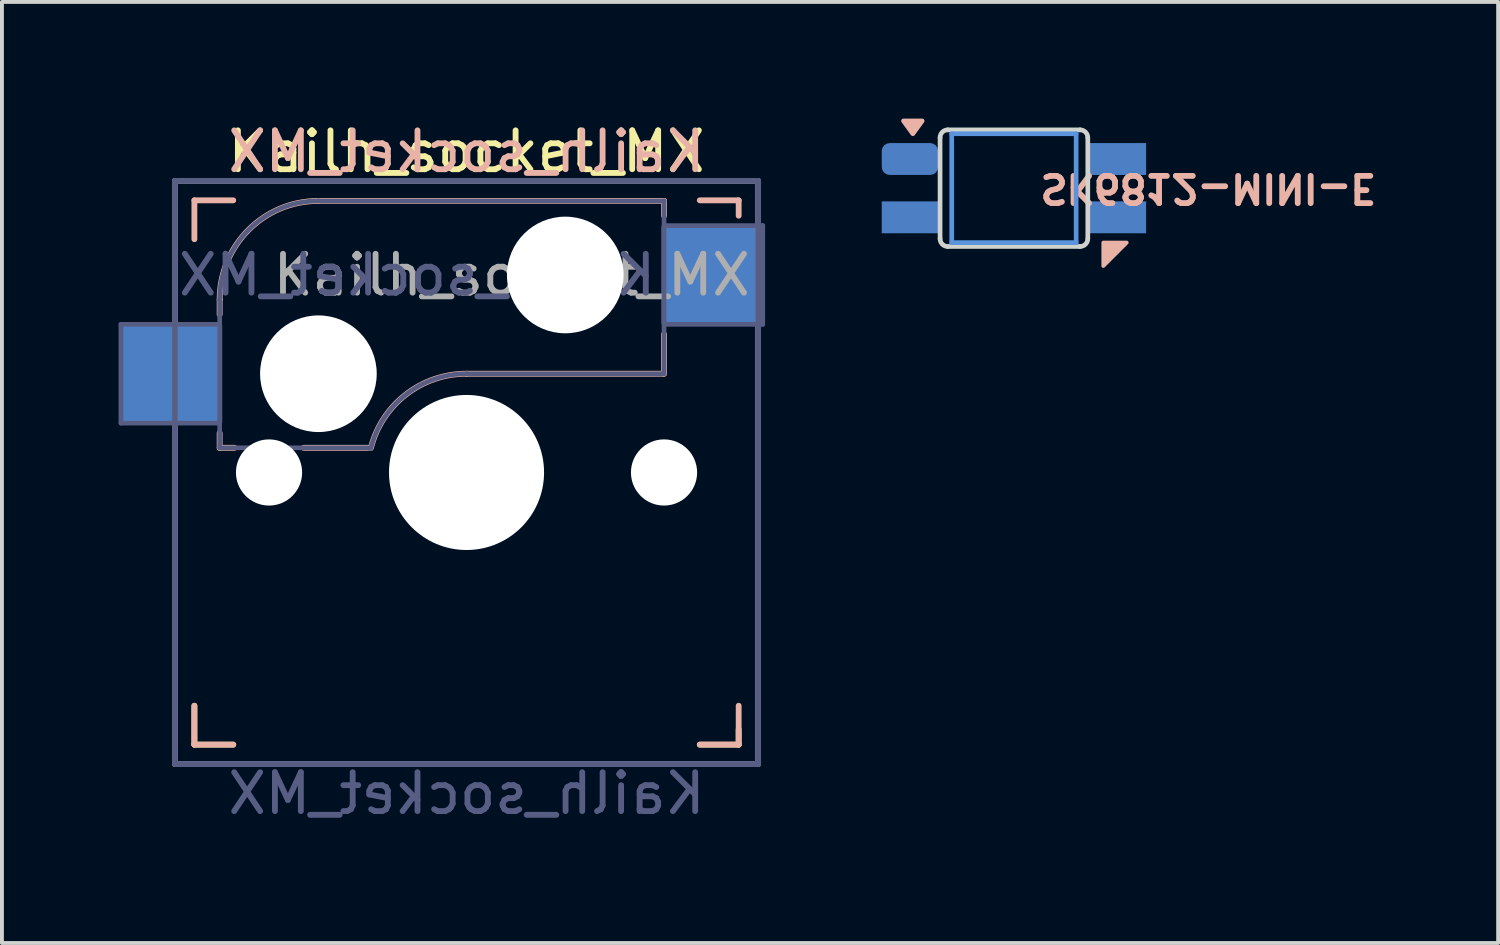
<source format=kicad_pcb>
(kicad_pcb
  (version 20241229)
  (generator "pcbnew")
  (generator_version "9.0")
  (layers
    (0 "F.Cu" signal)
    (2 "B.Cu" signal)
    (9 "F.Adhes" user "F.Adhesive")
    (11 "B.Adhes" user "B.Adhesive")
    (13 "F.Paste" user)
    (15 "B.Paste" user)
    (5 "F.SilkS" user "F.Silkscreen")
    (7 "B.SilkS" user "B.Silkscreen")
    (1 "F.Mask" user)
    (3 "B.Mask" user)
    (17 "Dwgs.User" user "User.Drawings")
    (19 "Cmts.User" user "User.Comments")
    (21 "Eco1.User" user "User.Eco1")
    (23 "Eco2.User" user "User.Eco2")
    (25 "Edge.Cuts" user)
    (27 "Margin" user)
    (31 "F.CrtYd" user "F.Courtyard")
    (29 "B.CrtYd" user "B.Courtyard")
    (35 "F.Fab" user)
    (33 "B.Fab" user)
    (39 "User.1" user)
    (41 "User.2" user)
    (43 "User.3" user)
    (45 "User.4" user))
  (footprint "SK6812-MINI-E"
    (layer "F.Cu")
    (at 23.03 1.79)
    (property "Reference" "SK6812-MINI-E" (at 5 0 180) (unlocked yes) (layer "B.SilkS") (effects (font (size 0.7 0.7) (thickness 0.15)) (justify mirror)))
    (attr smd)
    (fp_poly (pts (xy 2.9 1.4) (xy 2.3 1.4) (xy 2.3 2)) (stroke (width 0.1) (type solid)) (fill yes) (layer "B.SilkS"))
    (fp_poly (pts (xy -2.6 -1.4) (xy -2.36 -1.73) (xy -2.84 -1.73) (xy -2.6 -1.4)) (stroke (width 0.12) (type solid)) (fill yes) (layer "B.SilkS"))
    (fp_line (start -1.6 -1.4) (end 1.6 -1.4) (stroke (width 0.12) (type solid)) (layer "Cmts.User"))
    (fp_line (start -1.6 1.4) (end -1.6 -1.4) (stroke (width 0.12) (type solid)) (layer "Cmts.User"))
    (fp_line (start 1.6 -1.4) (end 1.6 1.4) (stroke (width 0.12) (type solid)) (layer "Cmts.User"))
    (fp_line (start 1.6 1.4) (end -1.6 1.4) (stroke (width 0.12) (type solid)) (layer "Cmts.User"))
    (fp_line (start -1.9 1.3) (end -1.9 -1.3) (stroke (width 0.12) (type solid)) (layer "Edge.Cuts"))
    (fp_line (start -1.7 -1.5) (end 1.7 -1.5) (stroke (width 0.12) (type solid)) (layer "Edge.Cuts"))
    (fp_line (start 1.7 1.5) (end -1.7 1.5) (stroke (width 0.12) (type solid)) (layer "Edge.Cuts"))
    (fp_line (start 1.9 -1.3) (end 1.9 1.3) (stroke (width 0.12) (type solid)) (layer "Edge.Cuts"))
    (fp_arc (start -1.9 -1.3) (mid -1.841421 -1.441421) (end -1.7 -1.5) (stroke (width 0.12) (type solid)) (layer "Edge.Cuts"))
    (fp_arc (start -1.7 1.5) (mid -1.841421 1.441421) (end -1.9 1.3) (stroke (width 0.12) (type solid)) (layer "Edge.Cuts"))
    (fp_arc (start 1.7 -1.5) (mid 1.841421 -1.441421) (end 1.9 -1.3) (stroke (width 0.12) (type solid)) (layer "Edge.Cuts"))
    (fp_arc (start 1.9 1.3) (mid 1.841421 1.441421) (end 1.7 1.5) (stroke (width 0.12) (type solid)) (layer "Edge.Cuts"))
    (pad "1" smd rect (at -2.675 0.75) (size 1.45 0.82) (layers "B.Cu" "B.Mask" "B.Paste"))
    (pad "2" smd rect (at 2.675 0.75) (size 1.45 0.82) (layers "B.Cu" "B.Mask" "B.Paste"))
    (pad "3" smd rect (at 2.675 -0.75) (size 1.45 0.82) (layers "B.Cu" "B.Mask" "B.Paste"))
    (pad "4" smd roundrect (at -2.675 -0.75) (size 1.45 0.82) (layers "B.Cu" "B.Mask" "B.Paste") (roundrect_rratio 0.25)))
  (footprint "Kailh_socket_MX"
    (layer "F.Cu")
    (at 8.95 9.103)
    (property "Reference" "Kailh_socket_MX" (at 0 -8.255 0) (layer "F.SilkS") (effects (font (size 1 1) (thickness 0.15))))
    (property "Value" "Kailh_socket_MX" (at 0 8.255 0) (layer "F.Fab") (hide yes) (effects (font (size 1 1) (thickness 0.15))))
    (attr smd)
    (fp_line (start -7 7) (end -7 6) (stroke (width 0.15) (type solid)) (layer "F.SilkS"))
    (fp_line (start -6 7) (end -7 7) (stroke (width 0.15) (type solid)) (layer "F.SilkS"))
    (fp_line (start 7 6.604) (end 7 7) (stroke (width 0.15) (type solid)) (layer "F.SilkS"))
    (fp_line (start 7 7) (end 6 7) (stroke (width 0.15) (type solid)) (layer "F.SilkS"))
    (fp_line (start -7 -7) (end -6 -7) (stroke (width 0.15) (type solid)) (layer "B.SilkS"))
    (fp_line (start -7 -6) (end -7 -7) (stroke (width 0.15) (type solid)) (layer "B.SilkS"))
    (fp_line (start -7 7) (end -7 6) (stroke (width 0.15) (type solid)) (layer "B.SilkS"))
    (fp_line (start -6.35 -4.445) (end -6.35 -4.064) (stroke (width 0.15) (type solid)) (layer "B.SilkS"))
    (fp_line (start -6.35 -1.016) (end -6.35 -0.635) (stroke (width 0.15) (type solid)) (layer "B.SilkS"))
    (fp_line (start -6.35 -0.635) (end -5.969 -0.635) (stroke (width 0.15) (type solid)) (layer "B.SilkS"))
    (fp_line (start -6 7) (end -7 7) (stroke (width 0.15) (type solid)) (layer "B.SilkS"))
    (fp_line (start -4.191 -0.635) (end -2.54 -0.635) (stroke (width 0.15) (type solid)) (layer "B.SilkS"))
    (fp_line (start 0 -2.54) (end 5.08 -2.54) (stroke (width 0.15) (type solid)) (layer "B.SilkS"))
    (fp_line (start 5.08 -6.985) (end -3.81 -6.985) (stroke (width 0.15) (type solid)) (layer "B.SilkS"))
    (fp_line (start 5.08 -6.604) (end 5.08 -6.985) (stroke (width 0.15) (type solid)) (layer "B.SilkS"))
    (fp_line (start 5.08 -2.54) (end 5.08 -3.556) (stroke (width 0.15) (type solid)) (layer "B.SilkS"))
    (fp_line (start 6 -7) (end 7 -7) (stroke (width 0.15) (type solid)) (layer "B.SilkS"))
    (fp_line (start 7 -7) (end 7 -6.604) (stroke (width 0.15) (type solid)) (layer "B.SilkS"))
    (fp_line (start 7 6) (end 7 7) (stroke (width 0.15) (type solid)) (layer "B.SilkS"))
    (fp_line (start 7 7) (end 6 7) (stroke (width 0.15) (type solid)) (layer "B.SilkS"))
    (fp_arc (start -6.35 -4.445) (mid -5.606051 -6.241051) (end -3.81 -6.985) (stroke (width 0.15) (type solid)) (layer "B.SilkS"))
    (fp_arc (start -2.461268 -0.627503) (mid -1.558484 -2.005674) (end 0 -2.54) (stroke (width 0.15) (type solid)) (layer "B.SilkS"))
    (fp_line (start -6.9 6.9) (end -6.9 -6.9) (stroke (width 0.15) (type solid)) (layer "Eco2.User"))
    (fp_line (start -6.9 6.9) (end 6.9 6.9) (stroke (width 0.15) (type solid)) (layer "Eco2.User"))
    (fp_line (start 6.9 -6.9) (end -6.9 -6.9) (stroke (width 0.15) (type solid)) (layer "Eco2.User"))
    (fp_line (start 6.9 -6.9) (end 6.9 6.9) (stroke (width 0.15) (type solid)) (layer "Eco2.User"))
    (fp_line (start -8.89 -3.81) (end -8.89 -1.27) (stroke (width 0.12) (type solid)) (layer "B.Fab"))
    (fp_line (start -8.89 -1.27) (end -6.35 -1.27) (stroke (width 0.12) (type solid)) (layer "B.Fab"))
    (fp_line (start -7.5 -7.5) (end 7.5 -7.5) (stroke (width 0.15) (type solid)) (layer "B.Fab"))
    (fp_line (start -7.5 7.5) (end -7.5 -7.5) (stroke (width 0.15) (type solid)) (layer "B.Fab"))
    (fp_line (start -6.35 -4.445) (end -6.35 -0.635) (stroke (width 0.12) (type solid)) (layer "B.Fab"))
    (fp_line (start -6.35 -3.81) (end -8.89 -3.81) (stroke (width 0.12) (type solid)) (layer "B.Fab"))
    (fp_line (start -6.35 -0.635) (end -2.54 -0.635) (stroke (width 0.12) (type solid)) (layer "B.Fab"))
    (fp_line (start 0 -2.54) (end 5.08 -2.54) (stroke (width 0.12) (type solid)) (layer "B.Fab"))
    (fp_line (start 5.08 -6.985) (end -3.81 -6.985) (stroke (width 0.12) (type solid)) (layer "B.Fab"))
    (fp_line (start 5.08 -3.81) (end 7.62 -3.81) (stroke (width 0.12) (type solid)) (layer "B.Fab"))
    (fp_line (start 5.08 -2.54) (end 5.08 -6.985) (stroke (width 0.12) (type solid)) (layer "B.Fab"))
    (fp_line (start 7.5 -7.5) (end 7.5 7.5) (stroke (width 0.15) (type solid)) (layer "B.Fab"))
    (fp_line (start 7.5 7.5) (end -7.5 7.5) (stroke (width 0.15) (type solid)) (layer "B.Fab"))
    (fp_line (start 7.62 -6.35) (end 5.08 -6.35) (stroke (width 0.12) (type solid)) (layer "B.Fab"))
    (fp_line (start 7.62 -3.81) (end 7.62 -6.35) (stroke (width 0.12) (type solid)) (layer "B.Fab"))
    (fp_arc (start -6.35 -4.445) (mid -5.606051 -6.241051) (end -3.81 -6.985) (stroke (width 0.12) (type solid)) (layer "B.Fab"))
    (fp_arc (start -2.464162 -0.61604) (mid -1.563147 -2.002042) (end 0 -2.54) (stroke (width 0.12) (type solid)) (layer "B.Fab"))
    (fp_line (start -7.5 -7.5) (end 7.5 -7.5) (stroke (width 0.15) (type solid)) (layer "F.Fab"))
    (fp_line (start -7.5 7.5) (end -7.5 -7.5) (stroke (width 0.15) (type solid)) (layer "F.Fab"))
    (fp_line (start 7.5 -7.5) (end 7.5 7.5) (stroke (width 0.15) (type solid)) (layer "F.Fab"))
    (fp_line (start 7.5 7.5) (end -7.5 7.5) (stroke (width 0.15) (type solid)) (layer "F.Fab"))
    (fp_text user "${REFERENCE}" (at 0 -8.255 0) (layer "B.SilkS") (effects (font (size 1 1) (thickness 0.15)) (justify mirror)))
    (fp_text user "${VALUE}" (at 0 8.255 0) (layer "B.Fab") (effects (font (size 1 1) (thickness 0.15)) (justify mirror)))
    (fp_text user "${REFERENCE}" (at -1.27 -5.08 0) (layer "B.Fab") (effects (font (size 1 1) (thickness 0.15)) (justify mirror)))
    (fp_text user "${REFERENCE}" (at 1.16 -5.08 180) (layer "F.Fab") (effects (font (size 1 1) (thickness 0.15))))
    (pad "" np_thru_hole circle (at -5.08 0) (size 1.702 1.702) (drill 1.702) (layers "*.Cu" "*.Mask"))
    (pad "" np_thru_hole circle (at -3.81 -2.54) (size 3 3) (drill 3) (layers "*.Cu" "*.Mask"))
    (pad "" np_thru_hole circle (at 0 0) (size 3.988 3.988) (drill 3.988) (layers "*.Cu" "*.Mask"))
    (pad "" np_thru_hole circle (at 2.54 -5.08) (size 3 3) (drill 3) (layers "*.Cu" "*.Mask"))
    (pad "" np_thru_hole circle (at 5.08 0) (size 1.702 1.702) (drill 1.702) (layers "*.Cu" "*.Mask"))
    (pad "1" smd rect (at 6.29 -5.08) (size 2.55 2.5) (layers "B.Cu" "B.Mask" "B.Paste"))
    (pad "2" smd rect (at -7.56 -2.54) (size 2.55 2.5) (layers "B.Cu" "B.Mask" "B.Paste")))
  (gr_rect
    (start -3 -3)
    (end 35.485 21.206)
    (stroke (width 0.1) (type default))
    (fill no)
    (layer "Edge.Cuts")))
</source>
